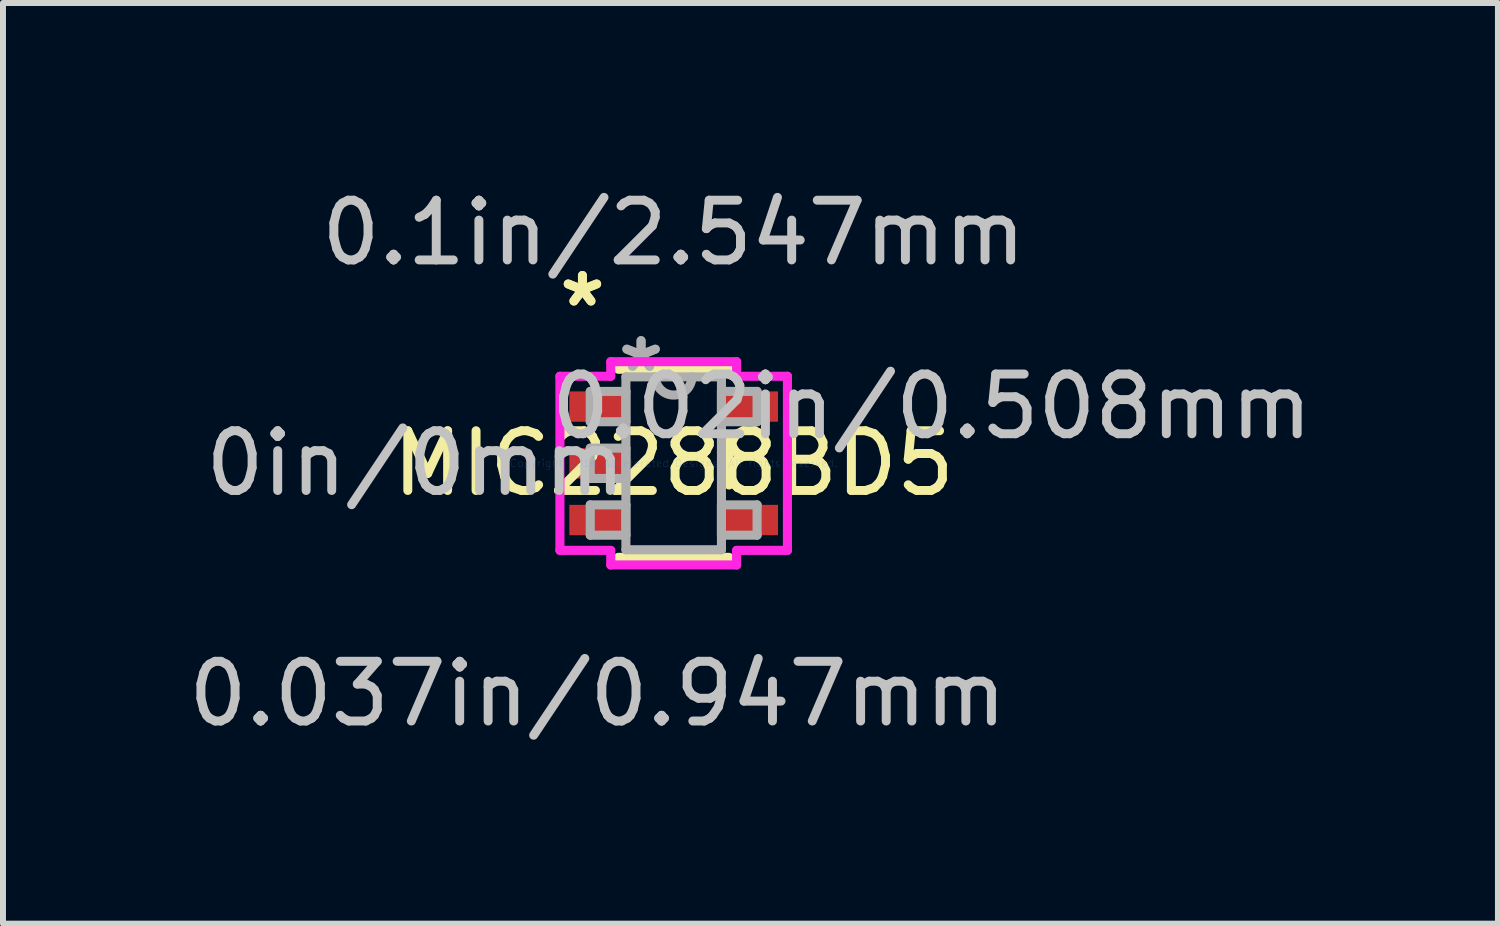
<source format=kicad_pcb>
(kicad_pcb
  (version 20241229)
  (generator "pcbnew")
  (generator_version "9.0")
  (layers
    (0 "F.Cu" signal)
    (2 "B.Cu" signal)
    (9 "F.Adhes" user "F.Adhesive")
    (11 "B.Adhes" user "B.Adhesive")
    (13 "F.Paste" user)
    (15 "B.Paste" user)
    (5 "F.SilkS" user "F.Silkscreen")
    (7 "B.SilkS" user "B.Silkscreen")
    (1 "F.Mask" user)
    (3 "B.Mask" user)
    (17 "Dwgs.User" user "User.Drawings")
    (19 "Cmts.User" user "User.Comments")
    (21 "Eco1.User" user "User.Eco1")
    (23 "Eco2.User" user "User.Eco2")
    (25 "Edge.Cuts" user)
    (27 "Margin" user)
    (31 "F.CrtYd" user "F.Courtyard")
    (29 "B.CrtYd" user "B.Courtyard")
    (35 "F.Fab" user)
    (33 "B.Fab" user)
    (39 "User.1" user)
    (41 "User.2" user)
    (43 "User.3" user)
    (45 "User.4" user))
  (footprint "MIC2288BD5"
    (layer "F.Cu")
    (at 8.232 4.709)
    (property "Reference" "MIC2288BD5" (at 0 0 0) (layer "F.SilkS") (effects (font (size 1 1) (thickness 0.15))))
    (attr through_hole)
    (fp_line (start -0.927 1.575) (end 0.927 1.575) (stroke (width 0.152) (type solid)) (layer "F.SilkS"))
    (fp_line (start 0.927 -1.575) (end -0.927 -1.575) (stroke (width 0.152) (type solid)) (layer "F.SilkS"))
    (fp_line (start 0.927 0.363) (end 0.927 -0.363) (stroke (width 0.152) (type solid)) (layer "F.SilkS"))
    (fp_line (start -1.905 -1.458) (end -1.054 -1.458) (stroke (width 0.152) (type solid)) (layer "F.CrtYd"))
    (fp_line (start -1.905 1.458) (end -1.905 -1.458) (stroke (width 0.152) (type solid)) (layer "F.CrtYd"))
    (fp_line (start -1.054 -1.702) (end 1.054 -1.702) (stroke (width 0.152) (type solid)) (layer "F.CrtYd"))
    (fp_line (start -1.054 -1.458) (end -1.054 -1.702) (stroke (width 0.152) (type solid)) (layer "F.CrtYd"))
    (fp_line (start -1.054 1.458) (end -1.905 1.458) (stroke (width 0.152) (type solid)) (layer "F.CrtYd"))
    (fp_line (start -1.054 1.702) (end -1.054 1.458) (stroke (width 0.152) (type solid)) (layer "F.CrtYd"))
    (fp_line (start 1.054 -1.702) (end 1.054 -1.458) (stroke (width 0.152) (type solid)) (layer "F.CrtYd"))
    (fp_line (start 1.054 -1.458) (end 1.905 -1.458) (stroke (width 0.152) (type solid)) (layer "F.CrtYd"))
    (fp_line (start 1.054 1.458) (end 1.054 1.702) (stroke (width 0.152) (type solid)) (layer "F.CrtYd"))
    (fp_line (start 1.054 1.702) (end -1.054 1.702) (stroke (width 0.152) (type solid)) (layer "F.CrtYd"))
    (fp_line (start 1.905 -1.458) (end 1.905 1.458) (stroke (width 0.152) (type solid)) (layer "F.CrtYd"))
    (fp_line (start 1.905 1.458) (end 1.054 1.458) (stroke (width 0.152) (type solid)) (layer "F.CrtYd"))
    (fp_line (start -1.397 -1.204) (end -1.397 -0.696) (stroke (width 0.152) (type solid)) (layer "F.Fab"))
    (fp_line (start -1.397 -0.696) (end -0.8 -0.696) (stroke (width 0.152) (type solid)) (layer "F.Fab"))
    (fp_line (start -1.397 -0.254) (end -1.397 0.254) (stroke (width 0.152) (type solid)) (layer "F.Fab"))
    (fp_line (start -1.397 0.254) (end -0.8 0.254) (stroke (width 0.152) (type solid)) (layer "F.Fab"))
    (fp_line (start -1.397 0.696) (end -1.397 1.204) (stroke (width 0.152) (type solid)) (layer "F.Fab"))
    (fp_line (start -1.397 1.204) (end -0.8 1.204) (stroke (width 0.152) (type solid)) (layer "F.Fab"))
    (fp_line (start -0.8 -1.448) (end -0.8 1.448) (stroke (width 0.152) (type solid)) (layer "F.Fab"))
    (fp_line (start -0.8 -1.204) (end -1.397 -1.204) (stroke (width 0.152) (type solid)) (layer "F.Fab"))
    (fp_line (start -0.8 -0.696) (end -0.8 -1.204) (stroke (width 0.152) (type solid)) (layer "F.Fab"))
    (fp_line (start -0.8 -0.254) (end -1.397 -0.254) (stroke (width 0.152) (type solid)) (layer "F.Fab"))
    (fp_line (start -0.8 0.254) (end -0.8 -0.254) (stroke (width 0.152) (type solid)) (layer "F.Fab"))
    (fp_line (start -0.8 0.696) (end -1.397 0.696) (stroke (width 0.152) (type solid)) (layer "F.Fab"))
    (fp_line (start -0.8 1.204) (end -0.8 0.696) (stroke (width 0.152) (type solid)) (layer "F.Fab"))
    (fp_line (start -0.8 1.448) (end 0.8 1.448) (stroke (width 0.152) (type solid)) (layer "F.Fab"))
    (fp_line (start 0.8 -1.448) (end -0.8 -1.448) (stroke (width 0.152) (type solid)) (layer "F.Fab"))
    (fp_line (start 0.8 -1.204) (end 0.8 -0.696) (stroke (width 0.152) (type solid)) (layer "F.Fab"))
    (fp_line (start 0.8 -0.696) (end 1.397 -0.696) (stroke (width 0.152) (type solid)) (layer "F.Fab"))
    (fp_line (start 0.8 0.696) (end 0.8 1.204) (stroke (width 0.152) (type solid)) (layer "F.Fab"))
    (fp_line (start 0.8 1.204) (end 1.397 1.204) (stroke (width 0.152) (type solid)) (layer "F.Fab"))
    (fp_line (start 0.8 1.448) (end 0.8 -1.448) (stroke (width 0.152) (type solid)) (layer "F.Fab"))
    (fp_line (start 1.397 -1.204) (end 0.8 -1.204) (stroke (width 0.152) (type solid)) (layer "F.Fab"))
    (fp_line (start 1.397 -0.696) (end 1.397 -1.204) (stroke (width 0.152) (type solid)) (layer "F.Fab"))
    (fp_line (start 1.397 0.696) (end 0.8 0.696) (stroke (width 0.152) (type solid)) (layer "F.Fab"))
    (fp_line (start 1.397 1.204) (end 1.397 0.696) (stroke (width 0.152) (type solid)) (layer "F.Fab"))
    (fp_arc (start 0.3048 -1.4478) (mid 0 -1.143) (end -0.3048 -1.4478) (stroke (width 0.1524) (type solid)) (layer "F.Fab"))
    (fp_text user "*" (at -1.528 -2.601 0) (layer "F.SilkS") (effects (font (size 1 1) (thickness 0.15))))
    (fp_text user "*" (at -1.528 -2.601 0) (layer "F.SilkS") (effects (font (size 1 1) (thickness 0.15))))
    (fp_text user "0in/0mm" (at -4.322 0 0) (layer "Dwgs.User") (effects (font (size 1 1) (thickness 0.15))))
    (fp_text user "0.1in/2.547mm" (at 0 -3.861 0) (layer "Dwgs.User") (effects (font (size 1 1) (thickness 0.15))))
    (fp_text user "0.02in/0.508mm" (at 4.322 -0.95 0) (layer "Dwgs.User") (effects (font (size 1 1) (thickness 0.15))))
    (fp_text user "0.037in/0.947mm" (at -1.274 3.861 0) (layer "Dwgs.User") (effects (font (size 1 1) (thickness 0.15))))
    (fp_text user "Copyright 2016 Accelerated Designs. All rights reserved." (at 0 0 0) (layer "Cmts.User") (effects (font (size 0.127 0.127) (thickness 0.002))))
    (fp_text user "*" (at -0.546 -1.509 0) (layer "F.Fab") (effects (font (size 1 1) (thickness 0.15))))
    (fp_text user "*" (at -0.546 -1.509 0) (layer "F.Fab") (effects (font (size 1 1) (thickness 0.15))))
    (pad "1" smd rect (at -1.274 -0.95) (size 0.947 0.508) (layers "F.Cu" "F.Mask" "F.Paste"))
    (pad "2" smd rect (at -1.274 0) (size 0.947 0.508) (layers "F.Cu" "F.Mask" "F.Paste"))
    (pad "3" smd rect (at -1.274 0.95) (size 0.947 0.508) (layers "F.Cu" "F.Mask" "F.Paste"))
    (pad "4" smd rect (at 1.274 0.95) (size 0.947 0.508) (layers "F.Cu" "F.Mask" "F.Paste"))
    (pad "5" smd rect (at 1.274 -0.95) (size 0.947 0.508) (layers "F.Cu" "F.Mask" "F.Paste")))
  (gr_rect
    (start -3 -3)
    (end 22.036 12.418)
    (stroke (width 0.1) (type default))
    (fill no)
    (layer "Edge.Cuts")))
</source>
